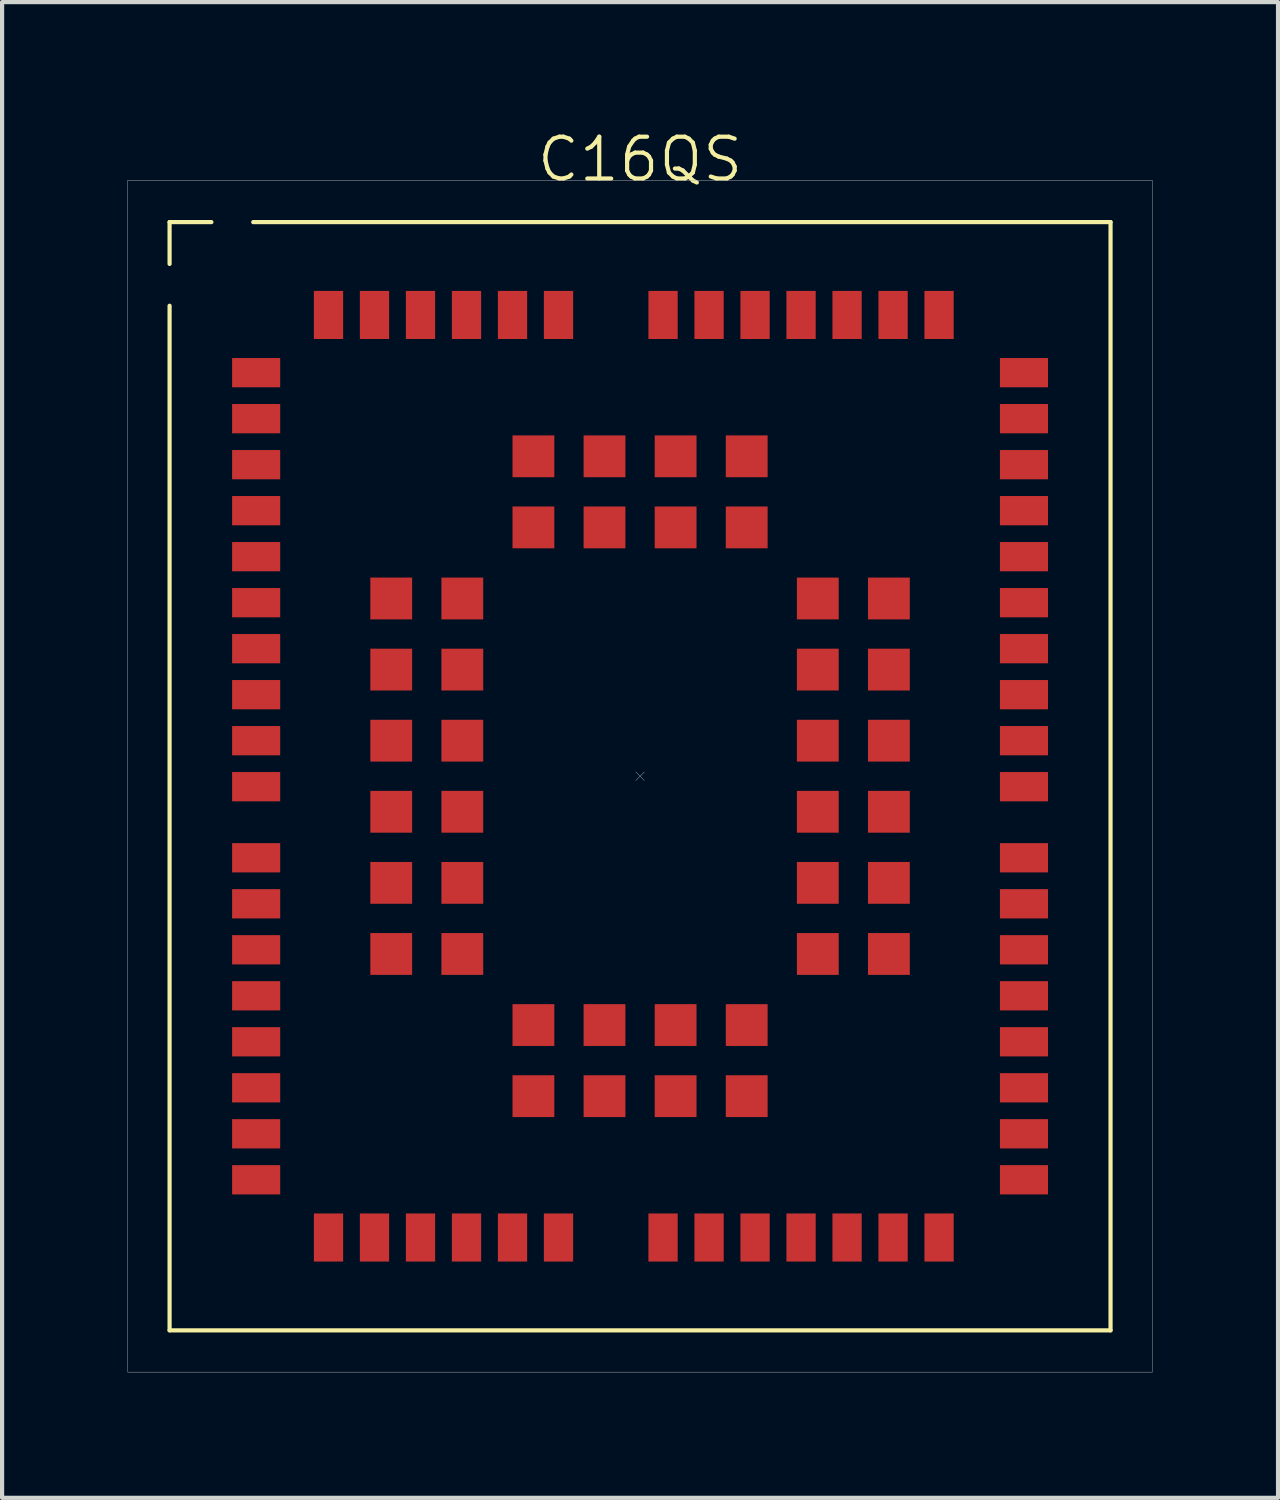
<source format=kicad_pcb>
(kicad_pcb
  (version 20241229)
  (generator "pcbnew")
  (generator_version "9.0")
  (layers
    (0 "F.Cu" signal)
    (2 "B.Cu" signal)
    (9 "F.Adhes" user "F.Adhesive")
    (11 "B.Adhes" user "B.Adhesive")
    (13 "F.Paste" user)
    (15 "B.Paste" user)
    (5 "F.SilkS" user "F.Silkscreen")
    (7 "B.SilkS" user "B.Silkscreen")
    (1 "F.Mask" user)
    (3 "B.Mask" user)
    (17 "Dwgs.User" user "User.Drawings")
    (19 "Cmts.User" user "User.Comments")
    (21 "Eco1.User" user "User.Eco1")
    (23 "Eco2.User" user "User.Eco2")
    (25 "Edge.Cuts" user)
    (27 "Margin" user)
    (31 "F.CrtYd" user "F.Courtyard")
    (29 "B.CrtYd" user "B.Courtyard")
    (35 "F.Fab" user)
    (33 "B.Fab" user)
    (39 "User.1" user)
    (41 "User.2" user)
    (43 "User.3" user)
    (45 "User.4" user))
  (footprint "C16QS"
    (layer "F.Cu")
    (at 12.255 15.511)
    (property "Reference" "C16QS" (at 0 -14.75 0) (unlocked yes) (layer "F.SilkS") (effects (font (size 1 1) (thickness 0.1))))
    (attr smd)
    (fp_line (start -11.25 -13.25) (end -11.25 -12.25) (stroke (width 0.1) (type default)) (layer "F.SilkS"))
    (fp_line (start -11.25 -13.25) (end -10.25 -13.25) (stroke (width 0.1) (type default)) (layer "F.SilkS"))
    (fp_line (start -11.25 13.25) (end -11.25 -11.25) (stroke (width 0.1) (type default)) (layer "F.SilkS"))
    (fp_line (start -11.25 13.25) (end 11.25 13.25) (stroke (width 0.1) (type default)) (layer "F.SilkS"))
    (fp_line (start 11.25 -13.25) (end -9.25 -13.25) (stroke (width 0.1) (type default)) (layer "F.SilkS"))
    (fp_line (start 11.25 13.25) (end 11.25 -13.25) (stroke (width 0.1) (type default)) (layer "F.SilkS"))
    (fp_line (start -0.1 -0.1) (end 0.1 0.1) (stroke (width 0.01) (type default)) (layer "F.Fab"))
    (fp_line (start 0.1 -0.1) (end -0.1 0.1) (stroke (width 0.01) (type default)) (layer "F.Fab"))
    (fp_rect (start -12.25 -14.25) (end 12.25 14.25) (stroke (width 0.01) (type default)) (fill no) (layer "F.Fab"))
    (pad "1" smd rect (at -9.18 -9.65 90) (size 0.7 1.15) (layers "F.Cu" "F.Mask" "F.Paste"))
    (pad "2" smd rect (at -9.18 -8.55 90) (size 0.7 1.15) (layers "F.Cu" "F.Mask" "F.Paste"))
    (pad "3" smd rect (at -9.18 -7.45 90) (size 0.7 1.15) (layers "F.Cu" "F.Mask" "F.Paste"))
    (pad "4" smd rect (at -9.18 -6.35 90) (size 0.7 1.15) (layers "F.Cu" "F.Mask" "F.Paste"))
    (pad "5" smd rect (at -9.18 -5.25 90) (size 0.7 1.15) (layers "F.Cu" "F.Mask" "F.Paste"))
    (pad "6" smd rect (at -9.18 -4.15 90) (size 0.7 1.15) (layers "F.Cu" "F.Mask" "F.Paste"))
    (pad "7" smd rect (at -9.18 -3.05 90) (size 0.7 1.15) (layers "F.Cu" "F.Mask" "F.Paste"))
    (pad "8" smd rect (at -9.18 -1.95 90) (size 0.7 1.15) (layers "F.Cu" "F.Mask" "F.Paste"))
    (pad "9" smd rect (at -9.18 -0.85 90) (size 0.7 1.15) (layers "F.Cu" "F.Mask" "F.Paste"))
    (pad "10" smd rect (at -9.18 0.25 90) (size 0.7 1.15) (layers "F.Cu" "F.Mask" "F.Paste"))
    (pad "11" smd rect (at -9.18 1.95 90) (size 0.7 1.15) (layers "F.Cu" "F.Mask" "F.Paste"))
    (pad "12" smd rect (at -9.18 3.05 90) (size 0.7 1.15) (layers "F.Cu" "F.Mask" "F.Paste"))
    (pad "13" smd rect (at -9.18 4.15 90) (size 0.7 1.15) (layers "F.Cu" "F.Mask" "F.Paste"))
    (pad "14" smd rect (at -9.18 5.25 90) (size 0.7 1.15) (layers "F.Cu" "F.Mask" "F.Paste"))
    (pad "15" smd rect (at -9.18 6.35 90) (size 0.7 1.15) (layers "F.Cu" "F.Mask" "F.Paste"))
    (pad "16" smd rect (at -9.18 7.45 90) (size 0.7 1.15) (layers "F.Cu" "F.Mask" "F.Paste"))
    (pad "17" smd rect (at -9.18 8.55 90) (size 0.7 1.15) (layers "F.Cu" "F.Mask" "F.Paste"))
    (pad "18" smd rect (at -9.18 9.65 90) (size 0.7 1.15) (layers "F.Cu" "F.Mask" "F.Paste"))
    (pad "19" smd rect (at -7.45 11.03) (size 0.7 1.15) (layers "F.Cu" "F.Mask" "F.Paste"))
    (pad "20" smd rect (at -6.35 11.03) (size 0.7 1.15) (layers "F.Cu" "F.Mask" "F.Paste"))
    (pad "21" smd rect (at -5.25 11.03) (size 0.7 1.15) (layers "F.Cu" "F.Mask" "F.Paste"))
    (pad "22" smd rect (at -4.15 11.03) (size 0.7 1.15) (layers "F.Cu" "F.Mask" "F.Paste"))
    (pad "23" smd rect (at -3.05 11.03) (size 0.7 1.15) (layers "F.Cu" "F.Mask" "F.Paste"))
    (pad "24" smd rect (at -1.95 11.03) (size 0.7 1.15) (layers "F.Cu" "F.Mask" "F.Paste"))
    (pad "25" smd rect (at 0.55 11.03) (size 0.7 1.15) (layers "F.Cu" "F.Mask" "F.Paste"))
    (pad "26" smd rect (at 1.65 11.03) (size 0.7 1.15) (layers "F.Cu" "F.Mask" "F.Paste"))
    (pad "27" smd rect (at 2.75 11.03) (size 0.7 1.15) (layers "F.Cu" "F.Mask" "F.Paste"))
    (pad "28" smd rect (at 3.85 11.03) (size 0.7 1.15) (layers "F.Cu" "F.Mask" "F.Paste"))
    (pad "29" smd rect (at 4.95 11.03) (size 0.7 1.15) (layers "F.Cu" "F.Mask" "F.Paste"))
    (pad "30" smd rect (at 6.05 11.03) (size 0.7 1.15) (layers "F.Cu" "F.Mask" "F.Paste"))
    (pad "31" smd rect (at 7.15 11.03) (size 0.7 1.15) (layers "F.Cu" "F.Mask" "F.Paste"))
    (pad "32" smd rect (at 9.18 9.65 90) (size 0.7 1.15) (layers "F.Cu" "F.Mask" "F.Paste"))
    (pad "33" smd rect (at 9.18 8.55 90) (size 0.7 1.15) (layers "F.Cu" "F.Mask" "F.Paste"))
    (pad "34" smd rect (at 9.18 7.45 90) (size 0.7 1.15) (layers "F.Cu" "F.Mask" "F.Paste"))
    (pad "35" smd rect (at 9.18 6.35 90) (size 0.7 1.15) (layers "F.Cu" "F.Mask" "F.Paste"))
    (pad "36" smd rect (at 9.18 5.25 90) (size 0.7 1.15) (layers "F.Cu" "F.Mask" "F.Paste"))
    (pad "37" smd rect (at 9.18 4.15 90) (size 0.7 1.15) (layers "F.Cu" "F.Mask" "F.Paste"))
    (pad "38" smd rect (at 9.18 3.05 90) (size 0.7 1.15) (layers "F.Cu" "F.Mask" "F.Paste"))
    (pad "39" smd rect (at 9.18 1.95 90) (size 0.7 1.15) (layers "F.Cu" "F.Mask" "F.Paste"))
    (pad "40" smd rect (at 9.18 0.25 90) (size 0.7 1.15) (layers "F.Cu" "F.Mask" "F.Paste"))
    (pad "41" smd rect (at 9.18 -0.85 90) (size 0.7 1.15) (layers "F.Cu" "F.Mask" "F.Paste"))
    (pad "42" smd rect (at 9.18 -1.95 90) (size 0.7 1.15) (layers "F.Cu" "F.Mask" "F.Paste"))
    (pad "43" smd rect (at 9.18 -3.05 90) (size 0.7 1.15) (layers "F.Cu" "F.Mask" "F.Paste"))
    (pad "44" smd rect (at 9.18 -4.15 90) (size 0.7 1.15) (layers "F.Cu" "F.Mask" "F.Paste"))
    (pad "45" smd rect (at 9.18 -5.25 90) (size 0.7 1.15) (layers "F.Cu" "F.Mask" "F.Paste"))
    (pad "46" smd rect (at 9.18 -6.35 90) (size 0.7 1.15) (layers "F.Cu" "F.Mask" "F.Paste"))
    (pad "47" smd rect (at 9.18 -7.45 90) (size 0.7 1.15) (layers "F.Cu" "F.Mask" "F.Paste"))
    (pad "48" smd rect (at 9.18 -8.55 90) (size 0.7 1.15) (layers "F.Cu" "F.Mask" "F.Paste"))
    (pad "49" smd rect (at 9.18 -9.65 90) (size 0.7 1.15) (layers "F.Cu" "F.Mask" "F.Paste"))
    (pad "50" smd rect (at 7.15 -11.03) (size 0.7 1.15) (layers "F.Cu" "F.Mask" "F.Paste"))
    (pad "51" smd rect (at 6.05 -11.03) (size 0.7 1.15) (layers "F.Cu" "F.Mask" "F.Paste"))
    (pad "52" smd rect (at 4.95 -11.03) (size 0.7 1.15) (layers "F.Cu" "F.Mask" "F.Paste"))
    (pad "53" smd rect (at 3.85 -11.03) (size 0.7 1.15) (layers "F.Cu" "F.Mask" "F.Paste"))
    (pad "54" smd rect (at 2.75 -11.03) (size 0.7 1.15) (layers "F.Cu" "F.Mask" "F.Paste"))
    (pad "55" smd rect (at 1.65 -11.03) (size 0.7 1.15) (layers "F.Cu" "F.Mask" "F.Paste"))
    (pad "56" smd rect (at 0.55 -11.03) (size 0.7 1.15) (layers "F.Cu" "F.Mask" "F.Paste"))
    (pad "57" smd rect (at -1.95 -11.03) (size 0.7 1.15) (layers "F.Cu" "F.Mask" "F.Paste"))
    (pad "58" smd rect (at -3.05 -11.03) (size 0.7 1.15) (layers "F.Cu" "F.Mask" "F.Paste"))
    (pad "59" smd rect (at -4.15 -11.03) (size 0.7 1.15) (layers "F.Cu" "F.Mask" "F.Paste"))
    (pad "60" smd rect (at -5.25 -11.03) (size 0.7 1.15) (layers "F.Cu" "F.Mask" "F.Paste"))
    (pad "61" smd rect (at -6.35 -11.03) (size 0.7 1.15) (layers "F.Cu" "F.Mask" "F.Paste"))
    (pad "62" smd rect (at -7.45 -11.03) (size 0.7 1.15) (layers "F.Cu" "F.Mask" "F.Paste"))
    (pad "63" smd rect (at -5.95 -4.25) (size 1 1) (layers "F.Cu" "F.Mask" "F.Paste"))
    (pad "64" smd rect (at -5.95 -2.55) (size 1 1) (layers "F.Cu" "F.Mask" "F.Paste"))
    (pad "65" smd rect (at -5.95 -0.85) (size 1 1) (layers "F.Cu" "F.Mask" "F.Paste"))
    (pad "66" smd rect (at -5.95 0.85) (size 1 1) (layers "F.Cu" "F.Mask" "F.Paste"))
    (pad "67" smd rect (at -5.95 2.55) (size 1 1) (layers "F.Cu" "F.Mask" "F.Paste"))
    (pad "68" smd rect (at -5.95 4.25) (size 1 1) (layers "F.Cu" "F.Mask" "F.Paste"))
    (pad "69" smd rect (at -2.55 7.65) (size 1 1) (layers "F.Cu" "F.Mask" "F.Paste"))
    (pad "70" smd rect (at -0.85 7.65) (size 1 1) (layers "F.Cu" "F.Mask" "F.Paste"))
    (pad "71" smd rect (at 0.85 7.65) (size 1 1) (layers "F.Cu" "F.Mask" "F.Paste"))
    (pad "72" smd rect (at 2.55 7.65) (size 1 1) (layers "F.Cu" "F.Mask" "F.Paste"))
    (pad "73" smd rect (at 5.95 4.25) (size 1 1) (layers "F.Cu" "F.Mask" "F.Paste"))
    (pad "74" smd rect (at 5.95 2.55) (size 1 1) (layers "F.Cu" "F.Mask" "F.Paste"))
    (pad "75" smd rect (at 5.95 0.85) (size 1 1) (layers "F.Cu" "F.Mask" "F.Paste"))
    (pad "76" smd rect (at 5.95 -0.85) (size 1 1) (layers "F.Cu" "F.Mask" "F.Paste"))
    (pad "77" smd rect (at 5.95 -2.55) (size 1 1) (layers "F.Cu" "F.Mask" "F.Paste"))
    (pad "78" smd rect (at 5.95 -4.25) (size 1 1) (layers "F.Cu" "F.Mask" "F.Paste"))
    (pad "79" smd rect (at 2.55 -7.65) (size 1 1) (layers "F.Cu" "F.Mask" "F.Paste"))
    (pad "80" smd rect (at 0.85 -7.65) (size 1 1) (layers "F.Cu" "F.Mask" "F.Paste"))
    (pad "81" smd rect (at -0.85 -7.65) (size 1 1) (layers "F.Cu" "F.Mask" "F.Paste"))
    (pad "82" smd rect (at -2.55 -7.65) (size 1 1) (layers "F.Cu" "F.Mask" "F.Paste"))
    (pad "83" smd rect (at -4.25 -4.25) (size 1 1) (layers "F.Cu" "F.Mask" "F.Paste"))
    (pad "84" smd rect (at -4.25 -2.55) (size 1 1) (layers "F.Cu" "F.Mask" "F.Paste"))
    (pad "85" smd rect (at -4.25 -0.85) (size 1 1) (layers "F.Cu" "F.Mask" "F.Paste"))
    (pad "86" smd rect (at -4.25 0.85) (size 1 1) (layers "F.Cu" "F.Mask" "F.Paste"))
    (pad "87" smd rect (at -4.25 2.55) (size 1 1) (layers "F.Cu" "F.Mask" "F.Paste"))
    (pad "88" smd rect (at -4.25 4.25) (size 1 1) (layers "F.Cu" "F.Mask" "F.Paste"))
    (pad "89" smd rect (at -2.55 5.95) (size 1 1) (layers "F.Cu" "F.Mask" "F.Paste"))
    (pad "90" smd rect (at -0.85 5.95) (size 1 1) (layers "F.Cu" "F.Mask" "F.Paste"))
    (pad "91" smd rect (at 0.85 5.95) (size 1 1) (layers "F.Cu" "F.Mask" "F.Paste"))
    (pad "92" smd rect (at 2.55 5.95) (size 1 1) (layers "F.Cu" "F.Mask" "F.Paste"))
    (pad "93" smd rect (at 4.25 4.25) (size 1 1) (layers "F.Cu" "F.Mask" "F.Paste"))
    (pad "94" smd rect (at 4.25 2.55) (size 1 1) (layers "F.Cu" "F.Mask" "F.Paste"))
    (pad "95" smd rect (at 4.25 0.85) (size 1 1) (layers "F.Cu" "F.Mask" "F.Paste"))
    (pad "96" smd rect (at 4.25 -0.85) (size 1 1) (layers "F.Cu" "F.Mask" "F.Paste"))
    (pad "97" smd rect (at 4.25 -2.55) (size 1 1) (layers "F.Cu" "F.Mask" "F.Paste"))
    (pad "98" smd rect (at 4.25 -4.25) (size 1 1) (layers "F.Cu" "F.Mask" "F.Paste"))
    (pad "99" smd rect (at 2.55 -5.95) (size 1 1) (layers "F.Cu" "F.Mask" "F.Paste"))
    (pad "100" smd rect (at 0.85 -5.95) (size 1 1) (layers "F.Cu" "F.Mask" "F.Paste"))
    (pad "101" smd rect (at -0.85 -5.95) (size 1 1) (layers "F.Cu" "F.Mask" "F.Paste"))
    (pad "102" smd rect (at -2.55 -5.95) (size 1 1) (layers "F.Cu" "F.Mask" "F.Paste")))
  (gr_rect
    (start -3 -3)
    (end 27.51 32.766)
    (stroke (width 0.1) (type default))
    (fill no)
    (layer "Edge.Cuts")))
</source>
